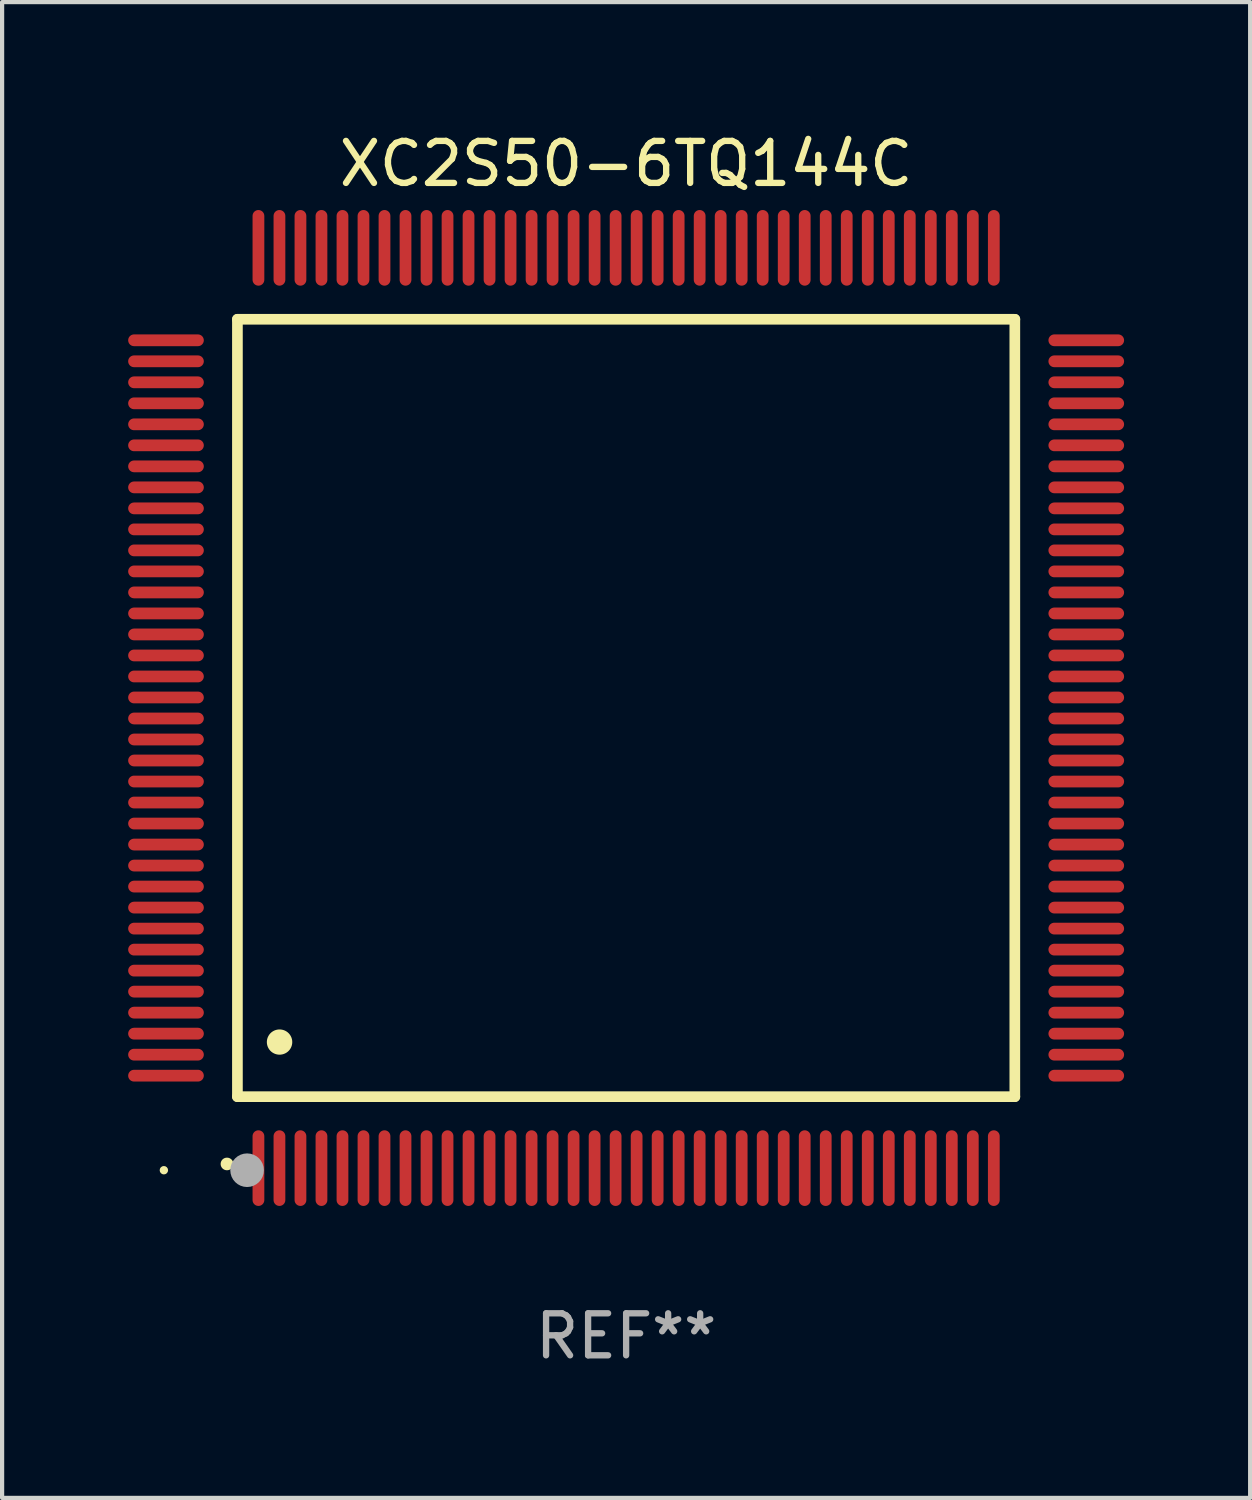
<source format=kicad_pcb>
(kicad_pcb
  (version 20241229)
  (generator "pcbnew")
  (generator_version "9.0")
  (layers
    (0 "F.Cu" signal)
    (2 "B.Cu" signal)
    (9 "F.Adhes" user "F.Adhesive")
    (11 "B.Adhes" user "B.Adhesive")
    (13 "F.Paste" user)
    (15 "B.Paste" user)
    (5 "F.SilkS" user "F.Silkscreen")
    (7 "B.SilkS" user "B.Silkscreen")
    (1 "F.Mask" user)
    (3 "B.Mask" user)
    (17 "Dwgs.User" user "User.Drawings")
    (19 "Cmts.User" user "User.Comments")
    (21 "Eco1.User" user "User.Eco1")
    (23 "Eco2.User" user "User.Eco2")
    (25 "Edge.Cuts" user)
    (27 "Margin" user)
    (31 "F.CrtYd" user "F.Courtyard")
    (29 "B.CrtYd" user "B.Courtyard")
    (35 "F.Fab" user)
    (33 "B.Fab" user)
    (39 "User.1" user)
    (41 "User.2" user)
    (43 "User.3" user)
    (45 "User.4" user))
  (footprint "XC2S50-6TQ144C"
    (layer "F.Cu")
    (at 11.85 13.798)
    (property "Reference" "XC2S50-6TQ144C" (at 0 -12.95 0) (layer "F.SilkS") (effects (font (size 1 1) (thickness 0.15))))
    (attr through_hole)
    (fp_line (start -9.25 -9.25) (end -9.25 9.25) (stroke (width 0.254) (type solid)) (layer "F.SilkS"))
    (fp_line (start -9.25 9.25) (end 9.25 9.25) (stroke (width 0.254) (type solid)) (layer "F.SilkS"))
    (fp_line (start 9.25 -9.25) (end -9.25 -9.25) (stroke (width 0.254) (type solid)) (layer "F.SilkS"))
    (fp_line (start 9.25 9.25) (end 9.25 -9.25) (stroke (width 0.254) (type solid)) (layer "F.SilkS"))
    (fp_arc (start -9.499619 10.850902) (mid -9.498349 10.850897) (end -9.497079 10.850902) (stroke (width 0.3) (type solid)) (layer "F.SilkS"))
    (fp_arc (start -8.249936 7.950216) (mid -8.247396 7.950205) (end -8.244856 7.950216) (stroke (width 0.6) (type solid)) (layer "F.SilkS"))
    (fp_circle (center -11 11) (end -10.95 11) (stroke (width 0.1) (type solid)) (fill no) (layer "F.SilkS"))
    (fp_circle (center -9.02 11) (end -8.82 11) (stroke (width 0.4) (type solid)) (fill no) (layer "F.Fab"))
    (fp_text user "REF**" (at 0 14.95 0) (layer "F.Fab") (effects (font (size 1 1) (thickness 0.15))))
    (pad "1" smd oval (at -8.75 10.95) (size 0.28 1.8) (layers "F.Cu" "F.Mask" "F.Paste"))
    (pad "2" smd oval (at -8.25 10.95) (size 0.28 1.8) (layers "F.Cu" "F.Mask" "F.Paste"))
    (pad "3" smd oval (at -7.75 10.95) (size 0.28 1.8) (layers "F.Cu" "F.Mask" "F.Paste"))
    (pad "4" smd oval (at -7.25 10.95) (size 0.28 1.8) (layers "F.Cu" "F.Mask" "F.Paste"))
    (pad "5" smd oval (at -6.75 10.95) (size 0.28 1.8) (layers "F.Cu" "F.Mask" "F.Paste"))
    (pad "6" smd oval (at -6.25 10.95) (size 0.28 1.8) (layers "F.Cu" "F.Mask" "F.Paste"))
    (pad "7" smd oval (at -5.75 10.95) (size 0.28 1.8) (layers "F.Cu" "F.Mask" "F.Paste"))
    (pad "8" smd oval (at -5.25 10.95) (size 0.28 1.8) (layers "F.Cu" "F.Mask" "F.Paste"))
    (pad "9" smd oval (at -4.75 10.95) (size 0.28 1.8) (layers "F.Cu" "F.Mask" "F.Paste"))
    (pad "10" smd oval (at -4.25 10.95) (size 0.28 1.8) (layers "F.Cu" "F.Mask" "F.Paste"))
    (pad "11" smd oval (at -3.75 10.95) (size 0.28 1.8) (layers "F.Cu" "F.Mask" "F.Paste"))
    (pad "12" smd oval (at -3.25 10.95) (size 0.28 1.8) (layers "F.Cu" "F.Mask" "F.Paste"))
    (pad "13" smd oval (at -2.75 10.95) (size 0.28 1.8) (layers "F.Cu" "F.Mask" "F.Paste"))
    (pad "14" smd oval (at -2.25 10.95) (size 0.28 1.8) (layers "F.Cu" "F.Mask" "F.Paste"))
    (pad "15" smd oval (at -1.75 10.95) (size 0.28 1.8) (layers "F.Cu" "F.Mask" "F.Paste"))
    (pad "16" smd oval (at -1.25 10.95) (size 0.28 1.8) (layers "F.Cu" "F.Mask" "F.Paste"))
    (pad "17" smd oval (at -0.75 10.95) (size 0.28 1.8) (layers "F.Cu" "F.Mask" "F.Paste"))
    (pad "18" smd oval (at -0.25 10.95) (size 0.28 1.8) (layers "F.Cu" "F.Mask" "F.Paste"))
    (pad "19" smd oval (at 0.25 10.95) (size 0.28 1.8) (layers "F.Cu" "F.Mask" "F.Paste"))
    (pad "20" smd oval (at 0.75 10.95) (size 0.28 1.8) (layers "F.Cu" "F.Mask" "F.Paste"))
    (pad "21" smd oval (at 1.25 10.95) (size 0.28 1.8) (layers "F.Cu" "F.Mask" "F.Paste"))
    (pad "22" smd oval (at 1.75 10.95) (size 0.28 1.8) (layers "F.Cu" "F.Mask" "F.Paste"))
    (pad "23" smd oval (at 2.25 10.95) (size 0.28 1.8) (layers "F.Cu" "F.Mask" "F.Paste"))
    (pad "24" smd oval (at 2.75 10.95) (size 0.28 1.8) (layers "F.Cu" "F.Mask" "F.Paste"))
    (pad "25" smd oval (at 3.25 10.95) (size 0.28 1.8) (layers "F.Cu" "F.Mask" "F.Paste"))
    (pad "26" smd oval (at 3.75 10.95) (size 0.28 1.8) (layers "F.Cu" "F.Mask" "F.Paste"))
    (pad "27" smd oval (at 4.25 10.95) (size 0.28 1.8) (layers "F.Cu" "F.Mask" "F.Paste"))
    (pad "28" smd oval (at 4.75 10.95) (size 0.28 1.8) (layers "F.Cu" "F.Mask" "F.Paste"))
    (pad "29" smd oval (at 5.25 10.95) (size 0.28 1.8) (layers "F.Cu" "F.Mask" "F.Paste"))
    (pad "30" smd oval (at 5.75 10.95) (size 0.28 1.8) (layers "F.Cu" "F.Mask" "F.Paste"))
    (pad "31" smd oval (at 6.25 10.95) (size 0.28 1.8) (layers "F.Cu" "F.Mask" "F.Paste"))
    (pad "32" smd oval (at 6.75 10.95) (size 0.28 1.8) (layers "F.Cu" "F.Mask" "F.Paste"))
    (pad "33" smd oval (at 7.25 10.95) (size 0.28 1.8) (layers "F.Cu" "F.Mask" "F.Paste"))
    (pad "34" smd oval (at 7.75 10.95) (size 0.28 1.8) (layers "F.Cu" "F.Mask" "F.Paste"))
    (pad "35" smd oval (at 8.25 10.95) (size 0.28 1.8) (layers "F.Cu" "F.Mask" "F.Paste"))
    (pad "36" smd oval (at 8.75 10.95) (size 0.28 1.8) (layers "F.Cu" "F.Mask" "F.Paste"))
    (pad "37" smd oval (at 10.95 8.75) (size 1.8 0.28) (layers "F.Cu" "F.Mask" "F.Paste"))
    (pad "38" smd oval (at 10.95 8.25) (size 1.8 0.28) (layers "F.Cu" "F.Mask" "F.Paste"))
    (pad "39" smd oval (at 10.95 7.75) (size 1.8 0.28) (layers "F.Cu" "F.Mask" "F.Paste"))
    (pad "40" smd oval (at 10.95 7.25) (size 1.8 0.28) (layers "F.Cu" "F.Mask" "F.Paste"))
    (pad "41" smd oval (at 10.95 6.75) (size 1.8 0.28) (layers "F.Cu" "F.Mask" "F.Paste"))
    (pad "42" smd oval (at 10.95 6.25) (size 1.8 0.28) (layers "F.Cu" "F.Mask" "F.Paste"))
    (pad "43" smd oval (at 10.95 5.75) (size 1.8 0.28) (layers "F.Cu" "F.Mask" "F.Paste"))
    (pad "44" smd oval (at 10.95 5.25) (size 1.8 0.28) (layers "F.Cu" "F.Mask" "F.Paste"))
    (pad "45" smd oval (at 10.95 4.75) (size 1.8 0.28) (layers "F.Cu" "F.Mask" "F.Paste"))
    (pad "46" smd oval (at 10.95 4.25) (size 1.8 0.28) (layers "F.Cu" "F.Mask" "F.Paste"))
    (pad "47" smd oval (at 10.95 3.75) (size 1.8 0.28) (layers "F.Cu" "F.Mask" "F.Paste"))
    (pad "48" smd oval (at 10.95 3.25) (size 1.8 0.28) (layers "F.Cu" "F.Mask" "F.Paste"))
    (pad "49" smd oval (at 10.95 2.75) (size 1.8 0.28) (layers "F.Cu" "F.Mask" "F.Paste"))
    (pad "50" smd oval (at 10.95 2.25) (size 1.8 0.28) (layers "F.Cu" "F.Mask" "F.Paste"))
    (pad "51" smd oval (at 10.95 1.75) (size 1.8 0.28) (layers "F.Cu" "F.Mask" "F.Paste"))
    (pad "52" smd oval (at 10.95 1.25) (size 1.8 0.28) (layers "F.Cu" "F.Mask" "F.Paste"))
    (pad "53" smd oval (at 10.95 0.75) (size 1.8 0.28) (layers "F.Cu" "F.Mask" "F.Paste"))
    (pad "54" smd oval (at 10.95 0.25) (size 1.8 0.28) (layers "F.Cu" "F.Mask" "F.Paste"))
    (pad "55" smd oval (at 10.95 -0.25) (size 1.8 0.28) (layers "F.Cu" "F.Mask" "F.Paste"))
    (pad "56" smd oval (at 10.95 -0.75) (size 1.8 0.28) (layers "F.Cu" "F.Mask" "F.Paste"))
    (pad "57" smd oval (at 10.95 -1.25) (size 1.8 0.28) (layers "F.Cu" "F.Mask" "F.Paste"))
    (pad "58" smd oval (at 10.95 -1.75) (size 1.8 0.28) (layers "F.Cu" "F.Mask" "F.Paste"))
    (pad "59" smd oval (at 10.95 -2.25) (size 1.8 0.28) (layers "F.Cu" "F.Mask" "F.Paste"))
    (pad "60" smd oval (at 10.95 -2.75) (size 1.8 0.28) (layers "F.Cu" "F.Mask" "F.Paste"))
    (pad "61" smd oval (at 10.95 -3.25) (size 1.8 0.28) (layers "F.Cu" "F.Mask" "F.Paste"))
    (pad "62" smd oval (at 10.95 -3.75) (size 1.8 0.28) (layers "F.Cu" "F.Mask" "F.Paste"))
    (pad "63" smd oval (at 10.95 -4.25) (size 1.8 0.28) (layers "F.Cu" "F.Mask" "F.Paste"))
    (pad "64" smd oval (at 10.95 -4.75) (size 1.8 0.28) (layers "F.Cu" "F.Mask" "F.Paste"))
    (pad "65" smd oval (at 10.95 -5.25) (size 1.8 0.28) (layers "F.Cu" "F.Mask" "F.Paste"))
    (pad "66" smd oval (at 10.95 -5.75) (size 1.8 0.28) (layers "F.Cu" "F.Mask" "F.Paste"))
    (pad "67" smd oval (at 10.95 -6.25) (size 1.8 0.28) (layers "F.Cu" "F.Mask" "F.Paste"))
    (pad "68" smd oval (at 10.95 -6.75) (size 1.8 0.28) (layers "F.Cu" "F.Mask" "F.Paste"))
    (pad "69" smd oval (at 10.95 -7.25) (size 1.8 0.28) (layers "F.Cu" "F.Mask" "F.Paste"))
    (pad "70" smd oval (at 10.95 -7.75) (size 1.8 0.28) (layers "F.Cu" "F.Mask" "F.Paste"))
    (pad "71" smd oval (at 10.95 -8.25) (size 1.8 0.28) (layers "F.Cu" "F.Mask" "F.Paste"))
    (pad "72" smd oval (at 10.95 -8.75) (size 1.8 0.28) (layers "F.Cu" "F.Mask" "F.Paste"))
    (pad "73" smd oval (at 8.75 -10.95) (size 0.28 1.8) (layers "F.Cu" "F.Mask" "F.Paste"))
    (pad "74" smd oval (at 8.25 -10.95) (size 0.28 1.8) (layers "F.Cu" "F.Mask" "F.Paste"))
    (pad "75" smd oval (at 7.75 -10.95) (size 0.28 1.8) (layers "F.Cu" "F.Mask" "F.Paste"))
    (pad "76" smd oval (at 7.25 -10.95) (size 0.28 1.8) (layers "F.Cu" "F.Mask" "F.Paste"))
    (pad "77" smd oval (at 6.75 -10.95) (size 0.28 1.8) (layers "F.Cu" "F.Mask" "F.Paste"))
    (pad "78" smd oval (at 6.25 -10.95) (size 0.28 1.8) (layers "F.Cu" "F.Mask" "F.Paste"))
    (pad "79" smd oval (at 5.75 -10.95) (size 0.28 1.8) (layers "F.Cu" "F.Mask" "F.Paste"))
    (pad "80" smd oval (at 5.25 -10.95) (size 0.28 1.8) (layers "F.Cu" "F.Mask" "F.Paste"))
    (pad "81" smd oval (at 4.75 -10.95) (size 0.28 1.8) (layers "F.Cu" "F.Mask" "F.Paste"))
    (pad "82" smd oval (at 4.25 -10.95) (size 0.28 1.8) (layers "F.Cu" "F.Mask" "F.Paste"))
    (pad "83" smd oval (at 3.75 -10.95) (size 0.28 1.8) (layers "F.Cu" "F.Mask" "F.Paste"))
    (pad "84" smd oval (at 3.25 -10.95) (size 0.28 1.8) (layers "F.Cu" "F.Mask" "F.Paste"))
    (pad "85" smd oval (at 2.75 -10.95) (size 0.28 1.8) (layers "F.Cu" "F.Mask" "F.Paste"))
    (pad "86" smd oval (at 2.25 -10.95) (size 0.28 1.8) (layers "F.Cu" "F.Mask" "F.Paste"))
    (pad "87" smd oval (at 1.75 -10.95) (size 0.28 1.8) (layers "F.Cu" "F.Mask" "F.Paste"))
    (pad "88" smd oval (at 1.25 -10.95) (size 0.28 1.8) (layers "F.Cu" "F.Mask" "F.Paste"))
    (pad "89" smd oval (at 0.75 -10.95) (size 0.28 1.8) (layers "F.Cu" "F.Mask" "F.Paste"))
    (pad "90" smd oval (at 0.25 -10.95) (size 0.28 1.8) (layers "F.Cu" "F.Mask" "F.Paste"))
    (pad "91" smd oval (at -0.25 -10.95) (size 0.28 1.8) (layers "F.Cu" "F.Mask" "F.Paste"))
    (pad "92" smd oval (at -0.75 -10.95) (size 0.28 1.8) (layers "F.Cu" "F.Mask" "F.Paste"))
    (pad "93" smd oval (at -1.25 -10.95) (size 0.28 1.8) (layers "F.Cu" "F.Mask" "F.Paste"))
    (pad "94" smd oval (at -1.75 -10.95) (size 0.28 1.8) (layers "F.Cu" "F.Mask" "F.Paste"))
    (pad "95" smd oval (at -2.25 -10.95) (size 0.28 1.8) (layers "F.Cu" "F.Mask" "F.Paste"))
    (pad "96" smd oval (at -2.75 -10.95) (size 0.28 1.8) (layers "F.Cu" "F.Mask" "F.Paste"))
    (pad "97" smd oval (at -3.25 -10.95) (size 0.28 1.8) (layers "F.Cu" "F.Mask" "F.Paste"))
    (pad "98" smd oval (at -3.75 -10.95) (size 0.28 1.8) (layers "F.Cu" "F.Mask" "F.Paste"))
    (pad "99" smd oval (at -4.25 -10.95) (size 0.28 1.8) (layers "F.Cu" "F.Mask" "F.Paste"))
    (pad "100" smd oval (at -4.75 -10.95) (size 0.28 1.8) (layers "F.Cu" "F.Mask" "F.Paste"))
    (pad "101" smd oval (at -5.25 -10.95) (size 0.28 1.8) (layers "F.Cu" "F.Mask" "F.Paste"))
    (pad "102" smd oval (at -5.75 -10.95) (size 0.28 1.8) (layers "F.Cu" "F.Mask" "F.Paste"))
    (pad "103" smd oval (at -6.25 -10.95) (size 0.28 1.8) (layers "F.Cu" "F.Mask" "F.Paste"))
    (pad "104" smd oval (at -6.75 -10.95) (size 0.28 1.8) (layers "F.Cu" "F.Mask" "F.Paste"))
    (pad "105" smd oval (at -7.25 -10.95) (size 0.28 1.8) (layers "F.Cu" "F.Mask" "F.Paste"))
    (pad "106" smd oval (at -7.75 -10.95) (size 0.28 1.8) (layers "F.Cu" "F.Mask" "F.Paste"))
    (pad "107" smd oval (at -8.25 -10.95) (size 0.28 1.8) (layers "F.Cu" "F.Mask" "F.Paste"))
    (pad "108" smd oval (at -8.75 -10.95) (size 0.28 1.8) (layers "F.Cu" "F.Mask" "F.Paste"))
    (pad "109" smd oval (at -10.95 -8.75) (size 1.8 0.28) (layers "F.Cu" "F.Mask" "F.Paste"))
    (pad "110" smd oval (at -10.95 -8.25) (size 1.8 0.28) (layers "F.Cu" "F.Mask" "F.Paste"))
    (pad "111" smd oval (at -10.95 -7.75) (size 1.8 0.28) (layers "F.Cu" "F.Mask" "F.Paste"))
    (pad "112" smd oval (at -10.95 -7.25) (size 1.8 0.28) (layers "F.Cu" "F.Mask" "F.Paste"))
    (pad "113" smd oval (at -10.95 -6.75) (size 1.8 0.28) (layers "F.Cu" "F.Mask" "F.Paste"))
    (pad "114" smd oval (at -10.95 -6.25) (size 1.8 0.28) (layers "F.Cu" "F.Mask" "F.Paste"))
    (pad "115" smd oval (at -10.95 -5.75) (size 1.8 0.28) (layers "F.Cu" "F.Mask" "F.Paste"))
    (pad "116" smd oval (at -10.95 -5.25) (size 1.8 0.28) (layers "F.Cu" "F.Mask" "F.Paste"))
    (pad "117" smd oval (at -10.95 -4.75) (size 1.8 0.28) (layers "F.Cu" "F.Mask" "F.Paste"))
    (pad "118" smd oval (at -10.95 -4.25) (size 1.8 0.28) (layers "F.Cu" "F.Mask" "F.Paste"))
    (pad "119" smd oval (at -10.95 -3.75) (size 1.8 0.28) (layers "F.Cu" "F.Mask" "F.Paste"))
    (pad "120" smd oval (at -10.95 -3.25) (size 1.8 0.28) (layers "F.Cu" "F.Mask" "F.Paste"))
    (pad "121" smd oval (at -10.95 -2.75) (size 1.8 0.28) (layers "F.Cu" "F.Mask" "F.Paste"))
    (pad "122" smd oval (at -10.95 -2.25) (size 1.8 0.28) (layers "F.Cu" "F.Mask" "F.Paste"))
    (pad "123" smd oval (at -10.95 -1.75) (size 1.8 0.28) (layers "F.Cu" "F.Mask" "F.Paste"))
    (pad "124" smd oval (at -10.95 -1.25) (size 1.8 0.28) (layers "F.Cu" "F.Mask" "F.Paste"))
    (pad "125" smd oval (at -10.95 -0.75) (size 1.8 0.28) (layers "F.Cu" "F.Mask" "F.Paste"))
    (pad "126" smd oval (at -10.95 -0.25) (size 1.8 0.28) (layers "F.Cu" "F.Mask" "F.Paste"))
    (pad "127" smd oval (at -10.95 0.25) (size 1.8 0.28) (layers "F.Cu" "F.Mask" "F.Paste"))
    (pad "128" smd oval (at -10.95 0.75) (size 1.8 0.28) (layers "F.Cu" "F.Mask" "F.Paste"))
    (pad "129" smd oval (at -10.95 1.25) (size 1.8 0.28) (layers "F.Cu" "F.Mask" "F.Paste"))
    (pad "130" smd oval (at -10.95 1.75) (size 1.8 0.28) (layers "F.Cu" "F.Mask" "F.Paste"))
    (pad "131" smd oval (at -10.95 2.25) (size 1.8 0.28) (layers "F.Cu" "F.Mask" "F.Paste"))
    (pad "132" smd oval (at -10.95 2.75) (size 1.8 0.28) (layers "F.Cu" "F.Mask" "F.Paste"))
    (pad "133" smd oval (at -10.95 3.25) (size 1.8 0.28) (layers "F.Cu" "F.Mask" "F.Paste"))
    (pad "134" smd oval (at -10.95 3.75) (size 1.8 0.28) (layers "F.Cu" "F.Mask" "F.Paste"))
    (pad "135" smd oval (at -10.95 4.25) (size 1.8 0.28) (layers "F.Cu" "F.Mask" "F.Paste"))
    (pad "136" smd oval (at -10.95 4.75) (size 1.8 0.28) (layers "F.Cu" "F.Mask" "F.Paste"))
    (pad "137" smd oval (at -10.95 5.25) (size 1.8 0.28) (layers "F.Cu" "F.Mask" "F.Paste"))
    (pad "138" smd oval (at -10.95 5.75) (size 1.8 0.28) (layers "F.Cu" "F.Mask" "F.Paste"))
    (pad "139" smd oval (at -10.95 6.25) (size 1.8 0.28) (layers "F.Cu" "F.Mask" "F.Paste"))
    (pad "140" smd oval (at -10.95 6.75) (size 1.8 0.28) (layers "F.Cu" "F.Mask" "F.Paste"))
    (pad "141" smd oval (at -10.95 7.25) (size 1.8 0.28) (layers "F.Cu" "F.Mask" "F.Paste"))
    (pad "142" smd oval (at -10.95 7.75) (size 1.8 0.28) (layers "F.Cu" "F.Mask" "F.Paste"))
    (pad "143" smd oval (at -10.95 8.25) (size 1.8 0.28) (layers "F.Cu" "F.Mask" "F.Paste"))
    (pad "144" smd oval (at -10.95 8.75) (size 1.8 0.28) (layers "F.Cu" "F.Mask" "F.Paste")))
  (gr_rect
    (start -3 -3)
    (end 26.7 32.596)
    (stroke (width 0.1) (type default))
    (fill no)
    (layer "Edge.Cuts")))
</source>
